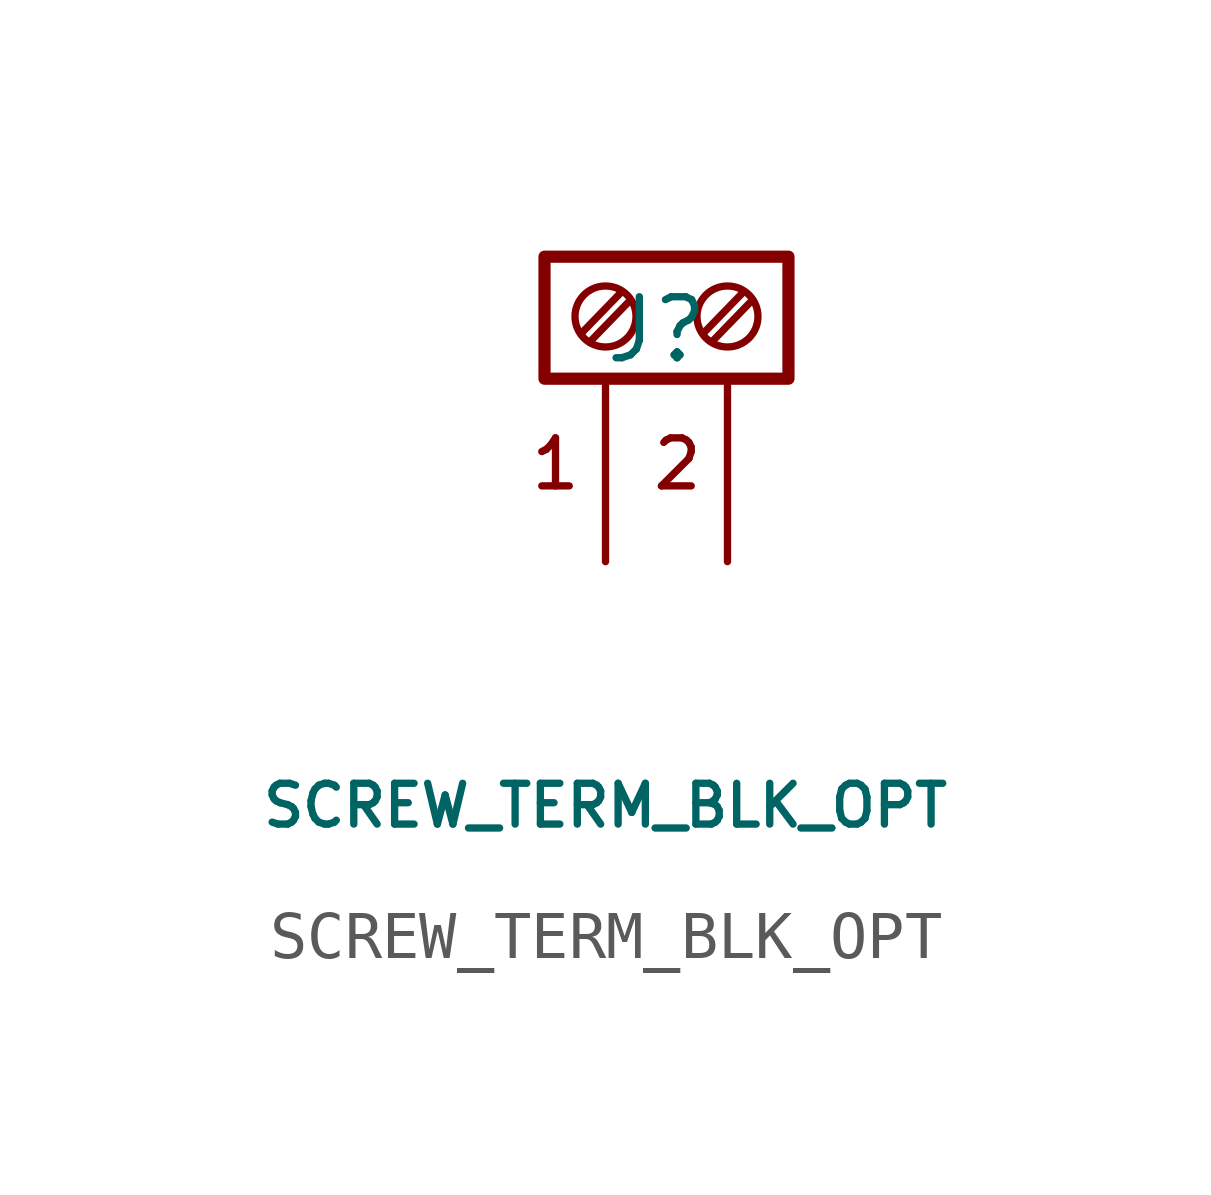
<source format=kicad_sym>
(kicad_symbol_lib
  (version 20211014)
  (generator kicad_symbol_editor)
  (symbol "SCREW_TERM_BLK_OPT"
    (pin_numbers hide)
    (pin_names
      (offset 1.016) hide)
    (property "Reference" "J"
      (at 1.067 4.826 0)
      (effects (font (size 1.27 1.27))))
    (property "Value" "SCREW_TERM_BLK_OPT"
      (at 0 -5.08 0)
      (effects (font (size 0.85 0.85))))
    (symbol "SCREW_TERM_BLK_OPT_0_0"
      (text "1" (at -1.041 2.032 0) (effects (font (size 1 1))))
      (text "2" (at 1.499 2.032 0) (effects (font (size 1 1)))))
    (symbol "SCREW_TERM_BLK_OPT_1_1"
      (rectangle (start -1.27 3.81) (end 3.81 6.35) (stroke (width 0.254) (type default) (color 0 0 0 0)) (fill (type none)))
      (polyline (pts (xy -0.508 4.75) (xy 0.33 5.613)) (stroke (width 0.152) (type default) (color 0 0 0 0)) (fill (type none)))
      (polyline (pts (xy -0.33 4.572) (xy 0.508 5.436)) (stroke (width 0.152) (type default) (color 0 0 0 0)) (fill (type none)))
      (polyline (pts (xy 2.032 4.75) (xy 2.87 5.613)) (stroke (width 0.152) (type default) (color 0 0 0 0)) (fill (type none)))
      (polyline (pts (xy 2.21 4.572) (xy 3.048 5.436)) (stroke (width 0.152) (type default) (color 0 0 0 0)) (fill (type none)))
      (circle (center 0 5.105) (radius 0.635) (stroke (width 0.152) (type default) (color 0 0 0 0)) (fill (type none)))
      (circle (center 2.54 5.105) (radius 0.635) (stroke (width 0.152) (type default) (color 0 0 0 0)) (fill (type none)))
      (pin passive line (at 0 0 90) (length 3.81) (name "5V" (effects (font (size 1 1)))) (number "1" (effects (font (size 1 1)))))
      (pin passive line (at 2.54 0 90) (length 3.81) (name "GND" (effects (font (size 1 1)))) (number "2" (effects (font (size 1 1))))))))
</source>
